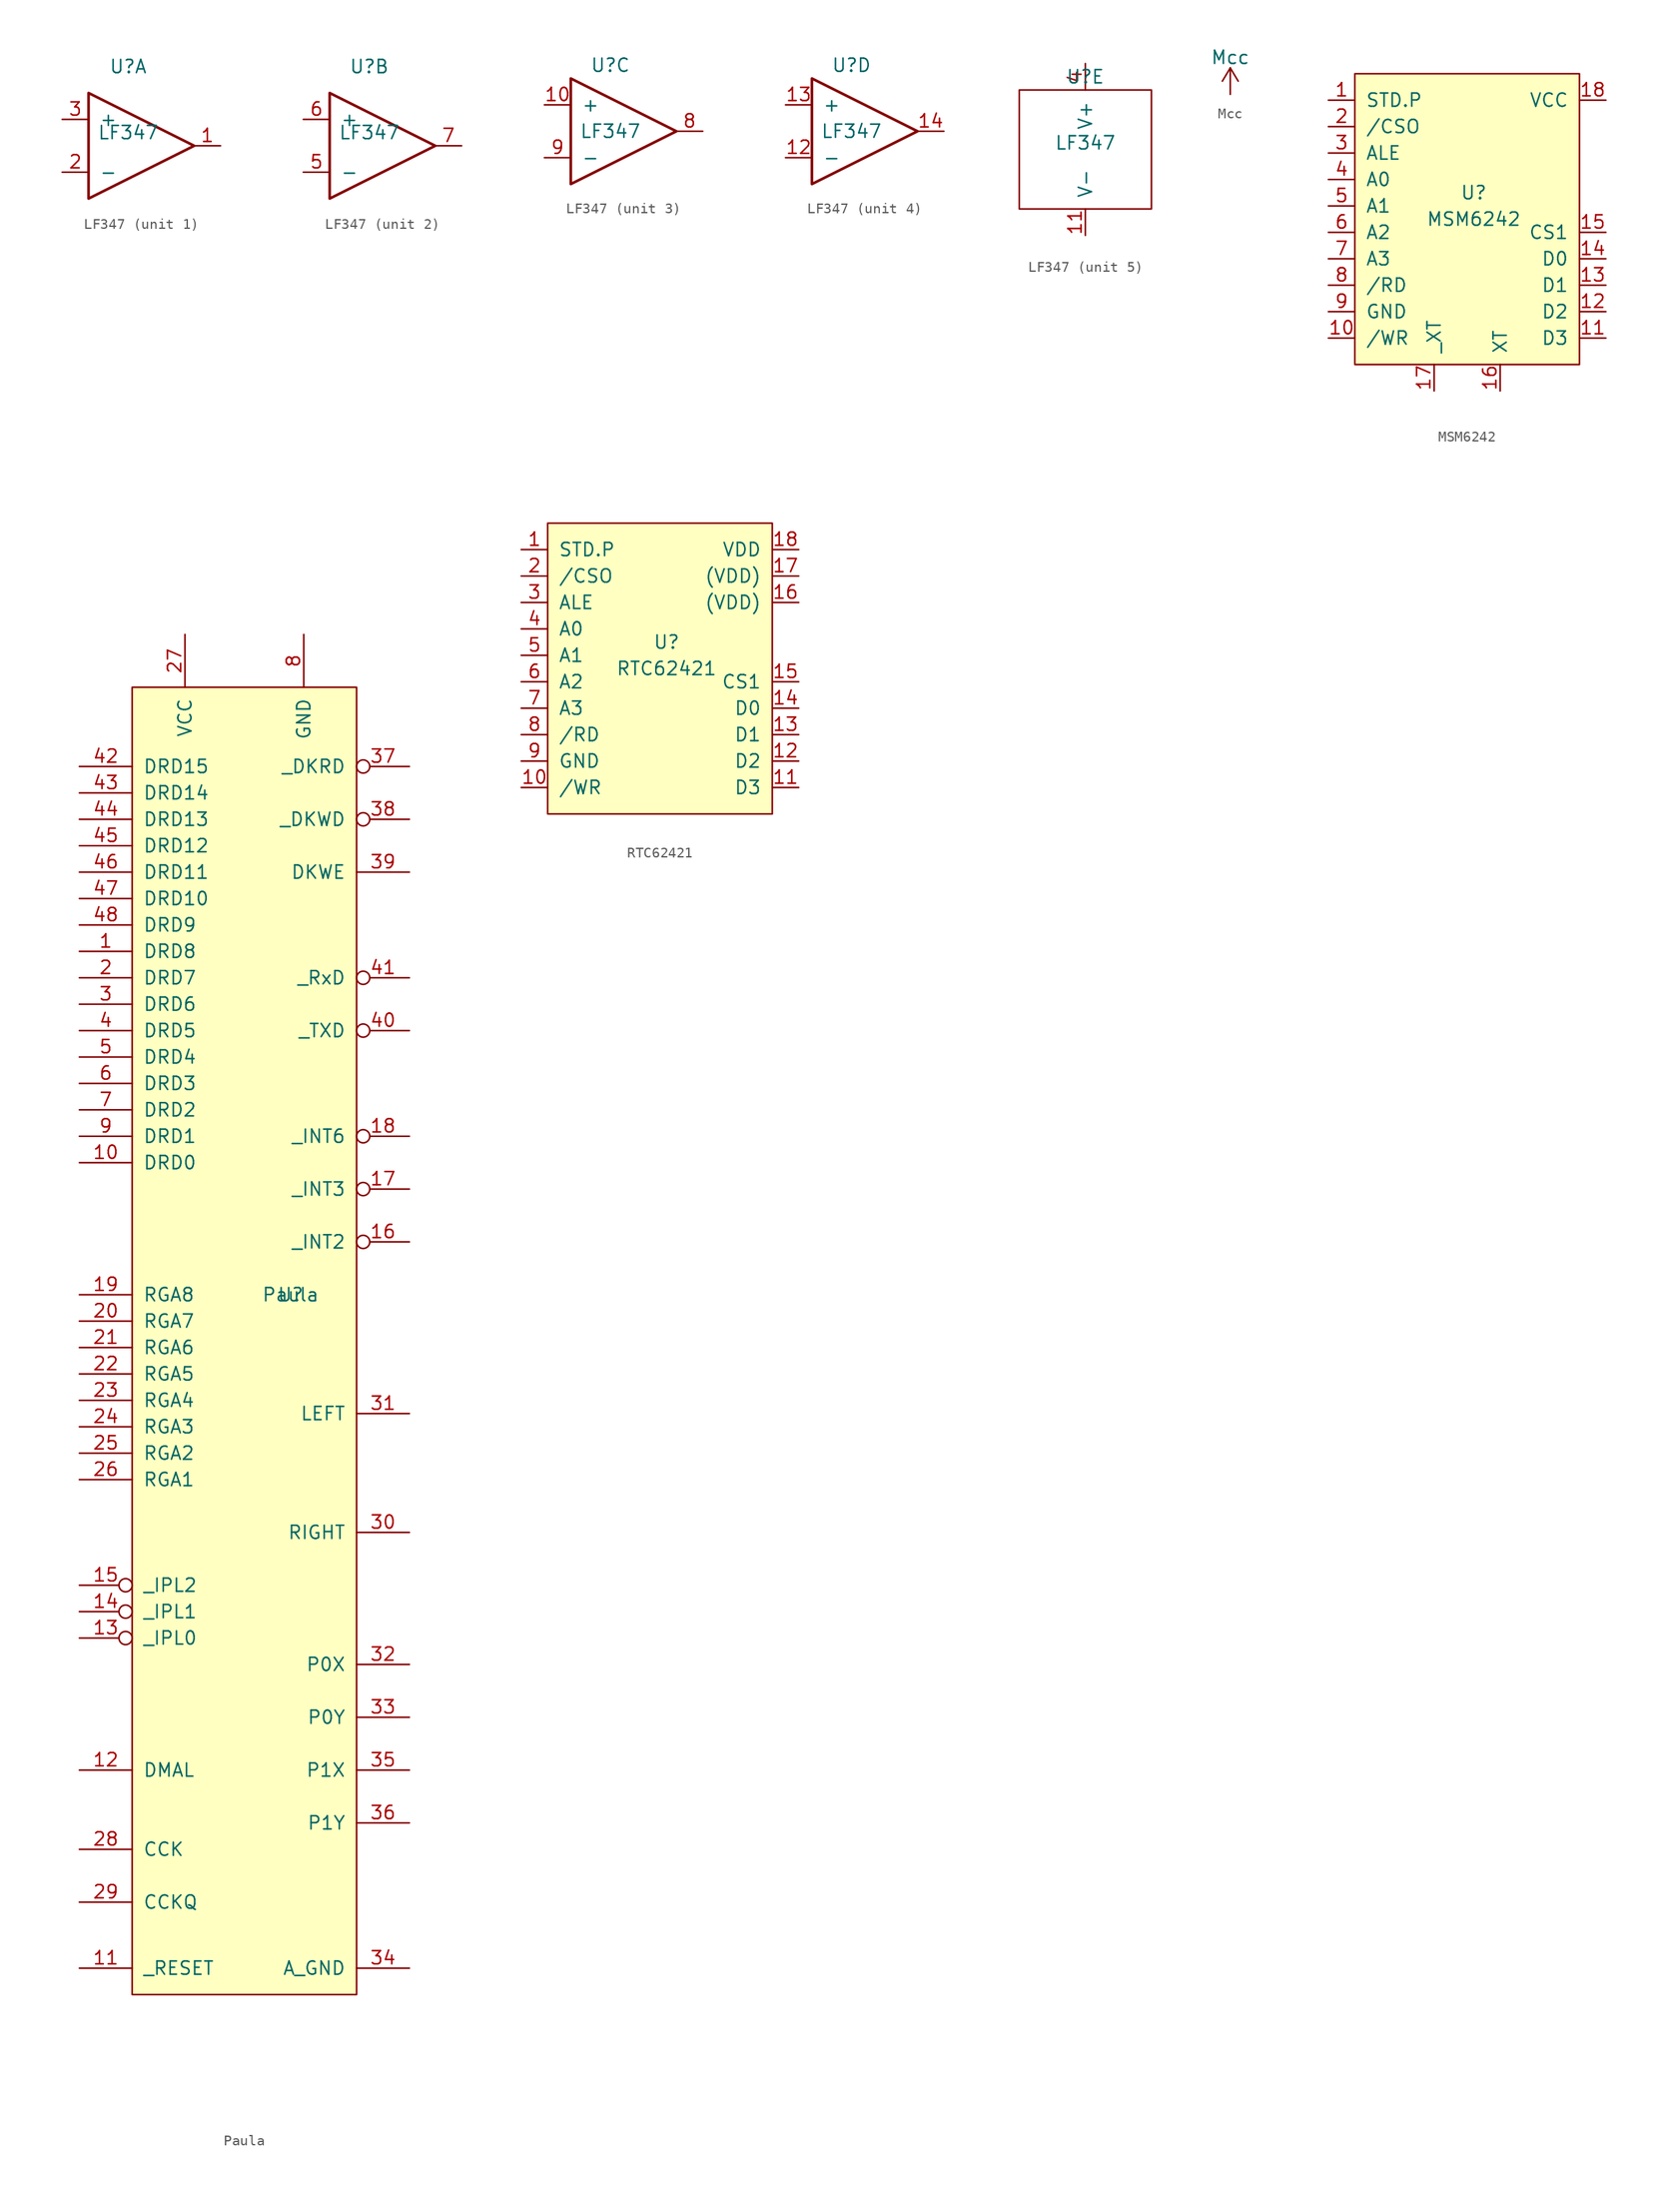
<source format=kicad_sym>
(kicad_symbol_lib
  (version 20220914)
  (generator kicad_symbol_editor)
  (symbol "LF347"
    (pin_names
      (offset 1.016))
    (property "Reference" "U"
      (at 0 6.35 0)
      (effects (font (size 1.27 1.27))))
    (property "Value" "LF347"
      (at 0 0 0)
      (effects (font (size 1.27 1.27))))
    (property "ki_locked" ""
      (at 0 0 0)
      (effects (font (size 1.27 1.27))))
    (symbol "LF347_1_1"
      (polyline (pts (xy -3.81 3.81) (xy 6.35 -1.27) (xy -3.81 -6.35) (xy -3.81 3.81)) (stroke (width 0.254) (type solid)) (fill (type none)))
      (pin output line (at 8.89 -1.27 180) (length 2.54) (name "~" (effects (font (size 1.27 1.27)))) (number "1" (effects (font (size 1.27 1.27)))))
      (pin input line (at -6.35 -3.81 0) (length 2.54) (name "-" (effects (font (size 1.27 1.27)))) (number "2" (effects (font (size 1.27 1.27)))))
      (pin input line (at -6.35 1.27 0) (length 2.54) (name "+" (effects (font (size 1.27 1.27)))) (number "3" (effects (font (size 1.27 1.27))))))
    (symbol "LF347_2_1"
      (polyline (pts (xy -3.81 3.81) (xy 6.35 -1.27) (xy -3.81 -6.35) (xy -3.81 3.81)) (stroke (width 0.254) (type solid)) (fill (type none)))
      (pin input line (at -6.35 -3.81 0) (length 2.54) (name "-" (effects (font (size 1.27 1.27)))) (number "5" (effects (font (size 1.27 1.27)))))
      (pin input line (at -6.35 1.27 0) (length 2.54) (name "+" (effects (font (size 1.27 1.27)))) (number "6" (effects (font (size 1.27 1.27)))))
      (pin output line (at 8.89 -1.27 180) (length 2.54) (name "~" (effects (font (size 1.27 1.27)))) (number "7" (effects (font (size 1.27 1.27))))))
    (symbol "LF347_3_1"
      (polyline (pts (xy -3.81 5.08) (xy 6.35 0) (xy -3.81 -5.08) (xy -3.81 5.08)) (stroke (width 0.254) (type solid)) (fill (type none)))
      (pin input line (at -6.35 2.54 0) (length 2.54) (name "+" (effects (font (size 1.27 1.27)))) (number "10" (effects (font (size 1.27 1.27)))))
      (pin output line (at 8.89 0 180) (length 2.54) (name "~" (effects (font (size 1.27 1.27)))) (number "8" (effects (font (size 1.27 1.27)))))
      (pin input line (at -6.35 -2.54 0) (length 2.54) (name "-" (effects (font (size 1.27 1.27)))) (number "9" (effects (font (size 1.27 1.27))))))
    (symbol "LF347_4_1"
      (polyline (pts (xy -3.81 5.08) (xy 6.35 0) (xy -3.81 -5.08) (xy -3.81 5.08)) (stroke (width 0.254) (type solid)) (fill (type none)))
      (pin input line (at -6.35 -2.54 0) (length 2.54) (name "-" (effects (font (size 1.27 1.27)))) (number "12" (effects (font (size 1.27 1.27)))))
      (pin input line (at -6.35 2.54 0) (length 2.54) (name "+" (effects (font (size 1.27 1.27)))) (number "13" (effects (font (size 1.27 1.27)))))
      (pin output line (at 8.89 0 180) (length 2.54) (name "~" (effects (font (size 1.27 1.27)))) (number "14" (effects (font (size 1.27 1.27))))))
    (symbol "LF347_5_1"
      (rectangle (start -6.35 5.08) (end 6.35 -6.35) (stroke (width 0) (type solid)) (fill (type none)))
      (pin passive line (at 0 -8.89 90) (length 2.54) (name "V-" (effects (font (size 1.27 1.27)))) (number "11" (effects (font (size 1.27 1.27)))))
      (pin passive line (at 0 7.62 270) (length 2.54) (name "V+" (effects (font (size 1.27 1.27)))) (number "4" (effects (font (size 1.27 1.27)))))))
  (symbol "Mcc"
    (power)
    (pin_names
      (offset 0))
    (property "Reference" "#PWR"
      (at 0 -3.81 0)
      (effects (font (size 1.27 1.27)) hide))
    (property "Value" "Mcc"
      (at 0 3.556 0)
      (effects (font (size 1.27 1.27))))
    (symbol "Mcc_0_1"
      (polyline (pts (xy -0.762 1.27) (xy 0 2.54)) (stroke (width 0) (type default)) (fill (type none)))
      (polyline (pts (xy 0 0) (xy 0 2.54)) (stroke (width 0) (type default)) (fill (type none)))
      (polyline (pts (xy 0 2.54) (xy 0.762 1.27)) (stroke (width 0) (type default)) (fill (type none))))
    (symbol "Mcc_1_1"
      (pin power_in line (at 0 0 90) (length 0) hide (name "Mcc" (effects (font (size 1.27 1.27)))) (number "1" (effects (font (size 1.27 1.27)))))))
  (symbol "MSM6242"
    (pin_names
      (offset 1.016))
    (property "Reference" "U"
      (at 0 2.54 0)
      (effects (font (size 1.27 1.27))))
    (property "Value" "MSM6242"
      (at 0 0 0)
      (effects (font (size 1.27 1.27))))
    (symbol "MSM6242_0_1"
      (rectangle (start -11.43 13.97) (end 10.16 -13.97) (stroke (width 0) (type solid)) (fill (type background))))
    (symbol "MSM6242_1_1"
      (pin passive line (at -13.97 11.43 0) (length 2.54) (name "STD.P" (effects (font (size 1.27 1.27)))) (number "1" (effects (font (size 1.27 1.27)))))
      (pin passive line (at -13.97 -11.43 0) (length 2.54) (name "/WR" (effects (font (size 1.27 1.27)))) (number "10" (effects (font (size 1.27 1.27)))))
      (pin passive line (at 12.7 -11.43 180) (length 2.54) (name "D3" (effects (font (size 1.27 1.27)))) (number "11" (effects (font (size 1.27 1.27)))))
      (pin passive line (at 12.7 -8.89 180) (length 2.54) (name "D2" (effects (font (size 1.27 1.27)))) (number "12" (effects (font (size 1.27 1.27)))))
      (pin passive line (at 12.7 -6.35 180) (length 2.54) (name "D1" (effects (font (size 1.27 1.27)))) (number "13" (effects (font (size 1.27 1.27)))))
      (pin passive line (at 12.7 -3.81 180) (length 2.54) (name "D0" (effects (font (size 1.27 1.27)))) (number "14" (effects (font (size 1.27 1.27)))))
      (pin passive line (at 12.7 -1.27 180) (length 2.54) (name "CS1" (effects (font (size 1.27 1.27)))) (number "15" (effects (font (size 1.27 1.27)))))
      (pin input line (at 2.54 -16.51 90) (length 2.54) (name "XT" (effects (font (size 1.27 1.27)))) (number "16" (effects (font (size 1.27 1.27)))))
      (pin input line (at -3.81 -16.51 90) (length 2.54) (name "_XT" (effects (font (size 1.27 1.27)))) (number "17" (effects (font (size 1.27 1.27)))))
      (pin power_in line (at 12.7 11.43 180) (length 2.54) (name "VCC" (effects (font (size 1.27 1.27)))) (number "18" (effects (font (size 1.27 1.27)))))
      (pin passive line (at -13.97 8.89 0) (length 2.54) (name "/CSO" (effects (font (size 1.27 1.27)))) (number "2" (effects (font (size 1.27 1.27)))))
      (pin passive line (at -13.97 6.35 0) (length 2.54) (name "ALE" (effects (font (size 1.27 1.27)))) (number "3" (effects (font (size 1.27 1.27)))))
      (pin passive line (at -13.97 3.81 0) (length 2.54) (name "A0" (effects (font (size 1.27 1.27)))) (number "4" (effects (font (size 1.27 1.27)))))
      (pin passive line (at -13.97 1.27 0) (length 2.54) (name "A1" (effects (font (size 1.27 1.27)))) (number "5" (effects (font (size 1.27 1.27)))))
      (pin passive line (at -13.97 -1.27 0) (length 2.54) (name "A2" (effects (font (size 1.27 1.27)))) (number "6" (effects (font (size 1.27 1.27)))))
      (pin passive line (at -13.97 -3.81 0) (length 2.54) (name "A3" (effects (font (size 1.27 1.27)))) (number "7" (effects (font (size 1.27 1.27)))))
      (pin passive line (at -13.97 -6.35 0) (length 2.54) (name "/RD" (effects (font (size 1.27 1.27)))) (number "8" (effects (font (size 1.27 1.27)))))
      (pin power_in line (at -13.97 -8.89 0) (length 2.54) (name "GND" (effects (font (size 1.27 1.27)))) (number "9" (effects (font (size 1.27 1.27)))))))
  (symbol "Paula"
    (pin_names
      (offset 1.016))
    (property "Reference" "U"
      (at 3.81 0 0)
      (effects (font (size 1.27 1.27))))
    (property "Value" "Paula"
      (at 3.81 0 0)
      (effects (font (size 1.27 1.27))))
    (symbol "Paula_0_1"
      (rectangle (start -11.43 58.42) (end 10.16 -67.31) (stroke (width 0) (type solid)) (fill (type background))))
    (symbol "Paula_1_1"
      (pin passive line (at -16.51 33.02 0) (length 5.08) (name "DRD8" (effects (font (size 1.27 1.27)))) (number "1" (effects (font (size 1.27 1.27)))))
      (pin passive line (at -16.51 12.7 0) (length 5.08) (name "DRD0" (effects (font (size 1.27 1.27)))) (number "10" (effects (font (size 1.27 1.27)))))
      (pin passive line (at -16.51 -64.77 0) (length 5.08) (name "_RESET" (effects (font (size 1.27 1.27)))) (number "11" (effects (font (size 1.27 1.27)))))
      (pin passive line (at -16.51 -45.72 0) (length 5.08) (name "DMAL" (effects (font (size 1.27 1.27)))) (number "12" (effects (font (size 1.27 1.27)))))
      (pin passive inverted (at -16.51 -33.02 0) (length 5.08) (name "_IPL0" (effects (font (size 1.27 1.27)))) (number "13" (effects (font (size 1.27 1.27)))))
      (pin passive inverted (at -16.51 -30.48 0) (length 5.08) (name "_IPL1" (effects (font (size 1.27 1.27)))) (number "14" (effects (font (size 1.27 1.27)))))
      (pin passive inverted (at -16.51 -27.94 0) (length 5.08) (name "_IPL2" (effects (font (size 1.27 1.27)))) (number "15" (effects (font (size 1.27 1.27)))))
      (pin passive inverted (at 15.24 5.08 180) (length 5.08) (name "_INT2" (effects (font (size 1.27 1.27)))) (number "16" (effects (font (size 1.27 1.27)))))
      (pin passive inverted (at 15.24 10.16 180) (length 5.08) (name "_INT3" (effects (font (size 1.27 1.27)))) (number "17" (effects (font (size 1.27 1.27)))))
      (pin passive inverted (at 15.24 15.24 180) (length 5.08) (name "_INT6" (effects (font (size 1.27 1.27)))) (number "18" (effects (font (size 1.27 1.27)))))
      (pin passive line (at -16.51 0 0) (length 5.08) (name "RGA8" (effects (font (size 1.27 1.27)))) (number "19" (effects (font (size 1.27 1.27)))))
      (pin passive line (at -16.51 30.48 0) (length 5.08) (name "DRD7" (effects (font (size 1.27 1.27)))) (number "2" (effects (font (size 1.27 1.27)))))
      (pin passive line (at -16.51 -2.54 0) (length 5.08) (name "RGA7" (effects (font (size 1.27 1.27)))) (number "20" (effects (font (size 1.27 1.27)))))
      (pin passive line (at -16.51 -5.08 0) (length 5.08) (name "RGA6" (effects (font (size 1.27 1.27)))) (number "21" (effects (font (size 1.27 1.27)))))
      (pin passive line (at -16.51 -7.62 0) (length 5.08) (name "RGA5" (effects (font (size 1.27 1.27)))) (number "22" (effects (font (size 1.27 1.27)))))
      (pin passive line (at -16.51 -10.16 0) (length 5.08) (name "RGA4" (effects (font (size 1.27 1.27)))) (number "23" (effects (font (size 1.27 1.27)))))
      (pin passive line (at -16.51 -12.7 0) (length 5.08) (name "RGA3" (effects (font (size 1.27 1.27)))) (number "24" (effects (font (size 1.27 1.27)))))
      (pin passive line (at -16.51 -15.24 0) (length 5.08) (name "RGA2" (effects (font (size 1.27 1.27)))) (number "25" (effects (font (size 1.27 1.27)))))
      (pin passive line (at -16.51 -17.78 0) (length 5.08) (name "RGA1" (effects (font (size 1.27 1.27)))) (number "26" (effects (font (size 1.27 1.27)))))
      (pin passive line (at -6.35 63.5 270) (length 5.08) (name "VCC" (effects (font (size 1.27 1.27)))) (number "27" (effects (font (size 1.27 1.27)))))
      (pin passive line (at -16.51 -53.34 0) (length 5.08) (name "CCK" (effects (font (size 1.27 1.27)))) (number "28" (effects (font (size 1.27 1.27)))))
      (pin passive line (at -16.51 -58.42 0) (length 5.08) (name "CCKQ" (effects (font (size 1.27 1.27)))) (number "29" (effects (font (size 1.27 1.27)))))
      (pin passive line (at -16.51 27.94 0) (length 5.08) (name "DRD6" (effects (font (size 1.27 1.27)))) (number "3" (effects (font (size 1.27 1.27)))))
      (pin passive line (at 15.24 -22.86 180) (length 5.08) (name "RIGHT" (effects (font (size 1.27 1.27)))) (number "30" (effects (font (size 1.27 1.27)))))
      (pin passive line (at 15.24 -11.43 180) (length 5.08) (name "LEFT" (effects (font (size 1.27 1.27)))) (number "31" (effects (font (size 1.27 1.27)))))
      (pin passive line (at 15.24 -35.56 180) (length 5.08) (name "P0X" (effects (font (size 1.27 1.27)))) (number "32" (effects (font (size 1.27 1.27)))))
      (pin passive line (at 15.24 -40.64 180) (length 5.08) (name "P0Y" (effects (font (size 1.27 1.27)))) (number "33" (effects (font (size 1.27 1.27)))))
      (pin passive line (at 15.24 -64.77 180) (length 5.08) (name "A_GND" (effects (font (size 1.27 1.27)))) (number "34" (effects (font (size 1.27 1.27)))))
      (pin passive line (at 15.24 -45.72 180) (length 5.08) (name "P1X" (effects (font (size 1.27 1.27)))) (number "35" (effects (font (size 1.27 1.27)))))
      (pin passive line (at 15.24 -50.8 180) (length 5.08) (name "P1Y" (effects (font (size 1.27 1.27)))) (number "36" (effects (font (size 1.27 1.27)))))
      (pin passive inverted (at 15.24 50.8 180) (length 5.08) (name "_DKRD" (effects (font (size 1.27 1.27)))) (number "37" (effects (font (size 1.27 1.27)))))
      (pin passive inverted (at 15.24 45.72 180) (length 5.08) (name "_DKWD" (effects (font (size 1.27 1.27)))) (number "38" (effects (font (size 1.27 1.27)))))
      (pin passive line (at 15.24 40.64 180) (length 5.08) (name "DKWE" (effects (font (size 1.27 1.27)))) (number "39" (effects (font (size 1.27 1.27)))))
      (pin passive line (at -16.51 25.4 0) (length 5.08) (name "DRD5" (effects (font (size 1.27 1.27)))) (number "4" (effects (font (size 1.27 1.27)))))
      (pin passive inverted (at 15.24 25.4 180) (length 5.08) (name "_TXD" (effects (font (size 1.27 1.27)))) (number "40" (effects (font (size 1.27 1.27)))))
      (pin passive inverted (at 15.24 30.48 180) (length 5.08) (name "_RxD" (effects (font (size 1.27 1.27)))) (number "41" (effects (font (size 1.27 1.27)))))
      (pin passive line (at -16.51 50.8 0) (length 5.08) (name "DRD15" (effects (font (size 1.27 1.27)))) (number "42" (effects (font (size 1.27 1.27)))))
      (pin passive line (at -16.51 48.26 0) (length 5.08) (name "DRD14" (effects (font (size 1.27 1.27)))) (number "43" (effects (font (size 1.27 1.27)))))
      (pin passive line (at -16.51 45.72 0) (length 5.08) (name "DRD13" (effects (font (size 1.27 1.27)))) (number "44" (effects (font (size 1.27 1.27)))))
      (pin passive line (at -16.51 43.18 0) (length 5.08) (name "DRD12" (effects (font (size 1.27 1.27)))) (number "45" (effects (font (size 1.27 1.27)))))
      (pin passive line (at -16.51 40.64 0) (length 5.08) (name "DRD11" (effects (font (size 1.27 1.27)))) (number "46" (effects (font (size 1.27 1.27)))))
      (pin passive line (at -16.51 38.1 0) (length 5.08) (name "DRD10" (effects (font (size 1.27 1.27)))) (number "47" (effects (font (size 1.27 1.27)))))
      (pin passive line (at -16.51 35.56 0) (length 5.08) (name "DRD9" (effects (font (size 1.27 1.27)))) (number "48" (effects (font (size 1.27 1.27)))))
      (pin passive line (at -16.51 22.86 0) (length 5.08) (name "DRD4" (effects (font (size 1.27 1.27)))) (number "5" (effects (font (size 1.27 1.27)))))
      (pin passive line (at -16.51 20.32 0) (length 5.08) (name "DRD3" (effects (font (size 1.27 1.27)))) (number "6" (effects (font (size 1.27 1.27)))))
      (pin passive line (at -16.51 17.78 0) (length 5.08) (name "DRD2" (effects (font (size 1.27 1.27)))) (number "7" (effects (font (size 1.27 1.27)))))
      (pin passive line (at 5.08 63.5 270) (length 5.08) (name "GND" (effects (font (size 1.27 1.27)))) (number "8" (effects (font (size 1.27 1.27)))))
      (pin passive line (at -16.51 15.24 0) (length 5.08) (name "DRD1" (effects (font (size 1.27 1.27)))) (number "9" (effects (font (size 1.27 1.27)))))))
  (symbol "RTC62421"
    (pin_names
      (offset 1.016))
    (property "Reference" "U"
      (at 0 2.54 0)
      (effects (font (size 1.27 1.27))))
    (property "Value" "RTC62421"
      (at 0 0 0)
      (effects (font (size 1.27 1.27))))
    (symbol "RTC62421_0_1"
      (rectangle (start -11.43 13.97) (end 10.16 -13.97) (stroke (width 0) (type solid)) (fill (type background))))
    (symbol "RTC62421_1_1"
      (pin passive line (at -13.97 11.43 0) (length 2.54) (name "STD.P" (effects (font (size 1.27 1.27)))) (number "1" (effects (font (size 1.27 1.27)))))
      (pin passive line (at -13.97 -11.43 0) (length 2.54) (name "/WR" (effects (font (size 1.27 1.27)))) (number "10" (effects (font (size 1.27 1.27)))))
      (pin passive line (at 12.7 -11.43 180) (length 2.54) (name "D3" (effects (font (size 1.27 1.27)))) (number "11" (effects (font (size 1.27 1.27)))))
      (pin passive line (at 12.7 -8.89 180) (length 2.54) (name "D2" (effects (font (size 1.27 1.27)))) (number "12" (effects (font (size 1.27 1.27)))))
      (pin passive line (at 12.7 -6.35 180) (length 2.54) (name "D1" (effects (font (size 1.27 1.27)))) (number "13" (effects (font (size 1.27 1.27)))))
      (pin passive line (at 12.7 -3.81 180) (length 2.54) (name "D0" (effects (font (size 1.27 1.27)))) (number "14" (effects (font (size 1.27 1.27)))))
      (pin passive line (at 12.7 -1.27 180) (length 2.54) (name "CS1" (effects (font (size 1.27 1.27)))) (number "15" (effects (font (size 1.27 1.27)))))
      (pin passive line (at 12.7 6.35 180) (length 2.54) (name "(VDD)" (effects (font (size 1.27 1.27)))) (number "16" (effects (font (size 1.27 1.27)))))
      (pin passive line (at 12.7 8.89 180) (length 2.54) (name "(VDD)" (effects (font (size 1.27 1.27)))) (number "17" (effects (font (size 1.27 1.27)))))
      (pin power_in line (at 12.7 11.43 180) (length 2.54) (name "VDD" (effects (font (size 1.27 1.27)))) (number "18" (effects (font (size 1.27 1.27)))))
      (pin passive line (at -13.97 8.89 0) (length 2.54) (name "/CSO" (effects (font (size 1.27 1.27)))) (number "2" (effects (font (size 1.27 1.27)))))
      (pin passive line (at -13.97 6.35 0) (length 2.54) (name "ALE" (effects (font (size 1.27 1.27)))) (number "3" (effects (font (size 1.27 1.27)))))
      (pin passive line (at -13.97 3.81 0) (length 2.54) (name "A0" (effects (font (size 1.27 1.27)))) (number "4" (effects (font (size 1.27 1.27)))))
      (pin passive line (at -13.97 1.27 0) (length 2.54) (name "A1" (effects (font (size 1.27 1.27)))) (number "5" (effects (font (size 1.27 1.27)))))
      (pin passive line (at -13.97 -1.27 0) (length 2.54) (name "A2" (effects (font (size 1.27 1.27)))) (number "6" (effects (font (size 1.27 1.27)))))
      (pin passive line (at -13.97 -3.81 0) (length 2.54) (name "A3" (effects (font (size 1.27 1.27)))) (number "7" (effects (font (size 1.27 1.27)))))
      (pin passive line (at -13.97 -6.35 0) (length 2.54) (name "/RD" (effects (font (size 1.27 1.27)))) (number "8" (effects (font (size 1.27 1.27)))))
      (pin power_in line (at -13.97 -8.89 0) (length 2.54) (name "GND" (effects (font (size 1.27 1.27)))) (number "9" (effects (font (size 1.27 1.27))))))))
</source>
